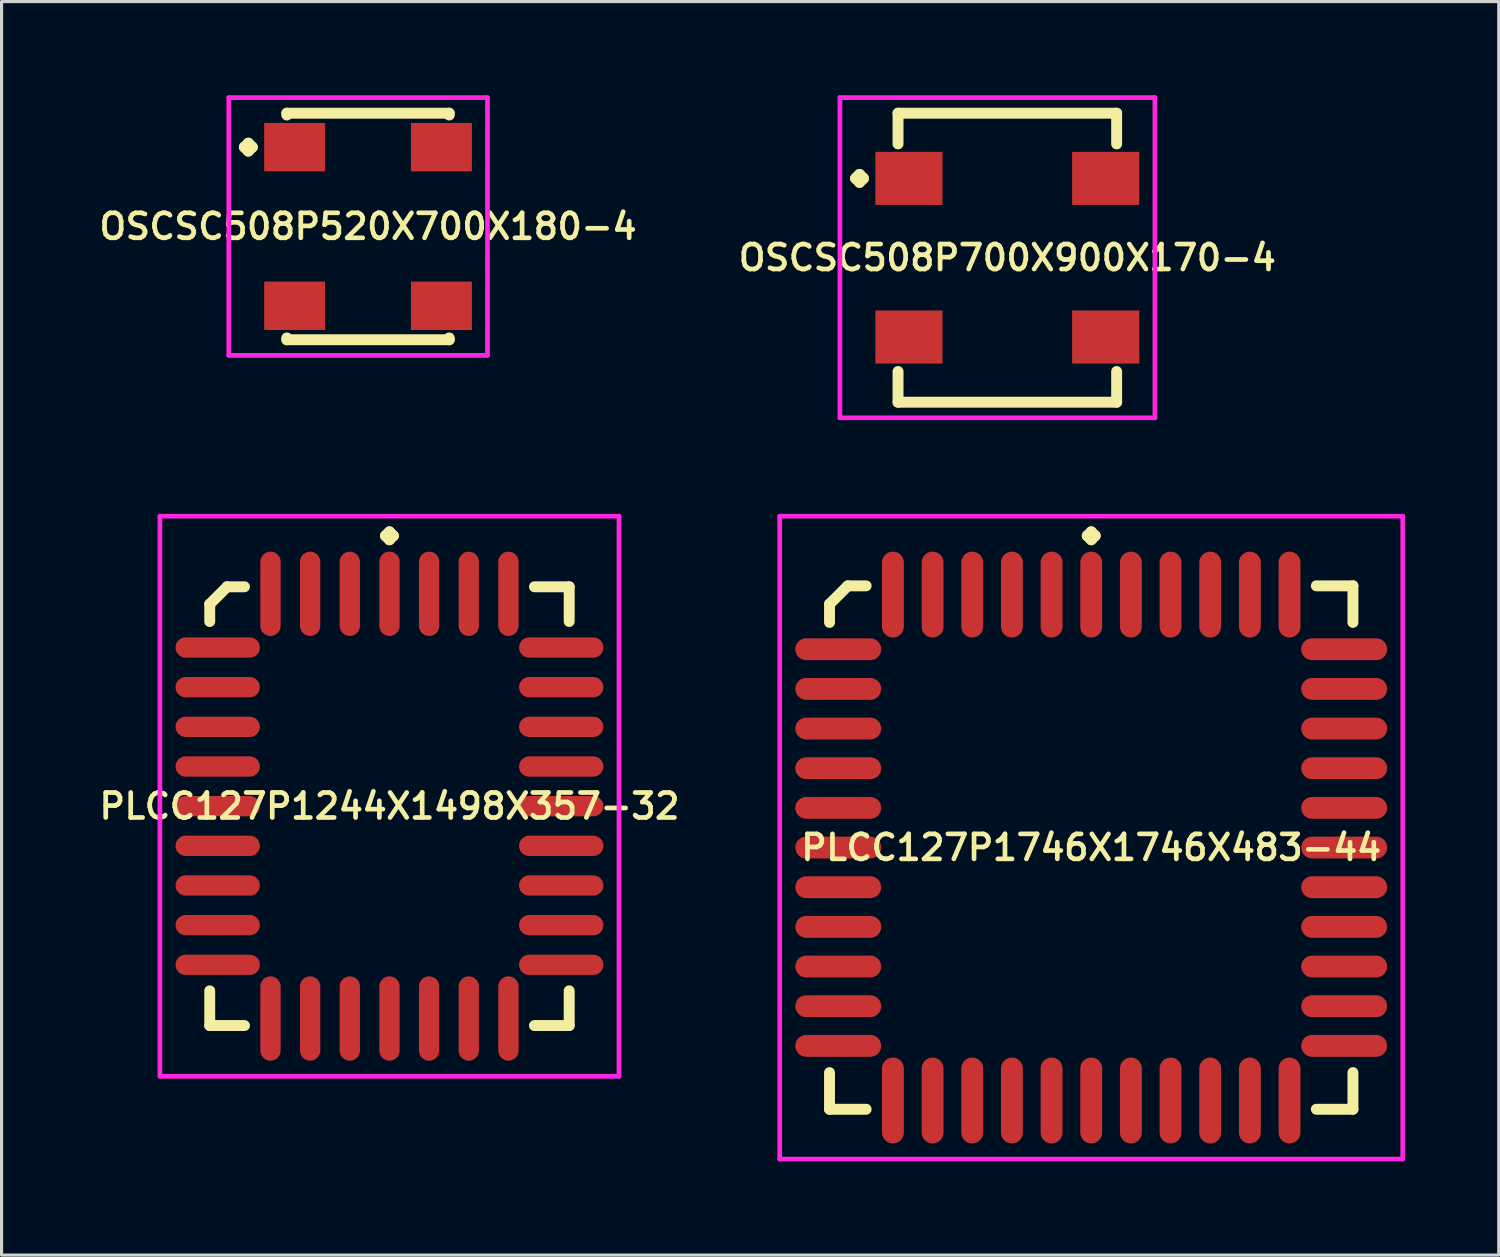
<source format=kicad_pcb>
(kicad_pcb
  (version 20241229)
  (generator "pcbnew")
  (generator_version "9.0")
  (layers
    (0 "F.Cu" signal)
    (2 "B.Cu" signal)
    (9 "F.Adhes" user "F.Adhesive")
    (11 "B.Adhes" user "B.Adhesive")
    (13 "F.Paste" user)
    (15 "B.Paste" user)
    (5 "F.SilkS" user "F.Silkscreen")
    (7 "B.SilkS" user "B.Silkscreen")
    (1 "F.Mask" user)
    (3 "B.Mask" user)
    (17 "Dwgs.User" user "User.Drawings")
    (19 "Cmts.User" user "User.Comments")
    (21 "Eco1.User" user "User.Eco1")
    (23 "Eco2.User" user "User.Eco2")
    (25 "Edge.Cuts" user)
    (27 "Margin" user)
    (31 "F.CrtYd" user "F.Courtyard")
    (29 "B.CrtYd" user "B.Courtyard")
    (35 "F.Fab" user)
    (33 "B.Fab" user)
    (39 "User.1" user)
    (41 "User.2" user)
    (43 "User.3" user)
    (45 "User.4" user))
  (footprint "PLCC127P1746X1746X483-44"
    (layer "F.Cu")
    (at 31.892 24.089)
    (property "Reference" "PLCC127P1746X1746X483-44" (at 0 0 0) (layer "F.SilkS") (effects (font (size 0.8 0.8) (thickness 0.15))))
    (attr smd)
    (fp_line (start -8.38 -7.794) (end -7.794 -8.38) (stroke (width 0.35) (type solid)) (layer "F.SilkS"))
    (fp_line (start -8.38 -7.208) (end -8.38 -7.794) (stroke (width 0.35) (type solid)) (layer "F.SilkS"))
    (fp_line (start -8.38 7.208) (end -8.38 8.38) (stroke (width 0.35) (type solid)) (layer "F.SilkS"))
    (fp_line (start -8.38 8.38) (end -7.208 8.38) (stroke (width 0.35) (type solid)) (layer "F.SilkS"))
    (fp_line (start -7.794 -8.38) (end -7.208 -8.38) (stroke (width 0.35) (type solid)) (layer "F.SilkS"))
    (fp_line (start -0.127 -9.983) (end 0 -10.11) (stroke (width 0.35) (type solid)) (layer "F.SilkS"))
    (fp_line (start 0 -10.11) (end 0.127 -9.983) (stroke (width 0.35) (type solid)) (layer "F.SilkS"))
    (fp_line (start 0 -9.856) (end -0.127 -9.983) (stroke (width 0.35) (type solid)) (layer "F.SilkS"))
    (fp_line (start 0.127 -9.983) (end 0 -9.856) (stroke (width 0.35) (type solid)) (layer "F.SilkS"))
    (fp_line (start 8.38 -8.38) (end 7.208 -8.38) (stroke (width 0.35) (type solid)) (layer "F.SilkS"))
    (fp_line (start 8.38 -7.208) (end 8.38 -8.38) (stroke (width 0.35) (type solid)) (layer "F.SilkS"))
    (fp_line (start 8.38 7.208) (end 8.38 8.38) (stroke (width 0.35) (type solid)) (layer "F.SilkS"))
    (fp_line (start 8.38 8.38) (end 7.208 8.38) (stroke (width 0.35) (type solid)) (layer "F.SilkS"))
    (fp_line (start -9.975 -10.61) (end 9.975 -10.61) (stroke (width 0.15) (type solid)) (layer "F.CrtYd"))
    (fp_line (start -9.975 9.975) (end -9.975 -10.61) (stroke (width 0.15) (type solid)) (layer "F.CrtYd"))
    (fp_line (start 9.975 -10.61) (end 9.975 9.975) (stroke (width 0.15) (type solid)) (layer "F.CrtYd"))
    (fp_line (start 9.975 9.975) (end -9.975 9.975) (stroke (width 0.15) (type solid)) (layer "F.CrtYd"))
    (pad "1" smd oval (at 0 -8.1) (size 0.7 2.75) (layers "F.Cu" "F.Mask" "F.Paste"))
    (pad "2" smd oval (at -1.27 -8.1) (size 0.7 2.75) (layers "F.Cu" "F.Mask" "F.Paste"))
    (pad "3" smd oval (at -2.54 -8.1) (size 0.7 2.75) (layers "F.Cu" "F.Mask" "F.Paste"))
    (pad "4" smd oval (at -3.81 -8.1) (size 0.7 2.75) (layers "F.Cu" "F.Mask" "F.Paste"))
    (pad "5" smd oval (at -5.08 -8.1) (size 0.7 2.75) (layers "F.Cu" "F.Mask" "F.Paste"))
    (pad "6" smd oval (at -6.35 -8.1) (size 0.7 2.75) (layers "F.Cu" "F.Mask" "F.Paste"))
    (pad "7" smd oval (at -8.1 -6.35) (size 2.75 0.7) (layers "F.Cu" "F.Mask" "F.Paste"))
    (pad "8" smd oval (at -8.1 -5.08) (size 2.75 0.7) (layers "F.Cu" "F.Mask" "F.Paste"))
    (pad "9" smd oval (at -8.1 -3.81) (size 2.75 0.7) (layers "F.Cu" "F.Mask" "F.Paste"))
    (pad "10" smd oval (at -8.1 -2.54) (size 2.75 0.7) (layers "F.Cu" "F.Mask" "F.Paste"))
    (pad "11" smd oval (at -8.1 -1.27) (size 2.75 0.7) (layers "F.Cu" "F.Mask" "F.Paste"))
    (pad "12" smd oval (at -8.1 0) (size 2.75 0.7) (layers "F.Cu" "F.Mask" "F.Paste"))
    (pad "13" smd oval (at -8.1 1.27) (size 2.75 0.7) (layers "F.Cu" "F.Mask" "F.Paste"))
    (pad "14" smd oval (at -8.1 2.54) (size 2.75 0.7) (layers "F.Cu" "F.Mask" "F.Paste"))
    (pad "15" smd oval (at -8.1 3.81) (size 2.75 0.7) (layers "F.Cu" "F.Mask" "F.Paste"))
    (pad "16" smd oval (at -8.1 5.08) (size 2.75 0.7) (layers "F.Cu" "F.Mask" "F.Paste"))
    (pad "17" smd oval (at -8.1 6.35) (size 2.75 0.7) (layers "F.Cu" "F.Mask" "F.Paste"))
    (pad "18" smd oval (at -6.35 8.1) (size 0.7 2.75) (layers "F.Cu" "F.Mask" "F.Paste"))
    (pad "19" smd oval (at -5.08 8.1) (size 0.7 2.75) (layers "F.Cu" "F.Mask" "F.Paste"))
    (pad "20" smd oval (at -3.81 8.1) (size 0.7 2.75) (layers "F.Cu" "F.Mask" "F.Paste"))
    (pad "21" smd oval (at -2.54 8.1) (size 0.7 2.75) (layers "F.Cu" "F.Mask" "F.Paste"))
    (pad "22" smd oval (at -1.27 8.1) (size 0.7 2.75) (layers "F.Cu" "F.Mask" "F.Paste"))
    (pad "23" smd oval (at 0 8.1) (size 0.7 2.75) (layers "F.Cu" "F.Mask" "F.Paste"))
    (pad "24" smd oval (at 1.27 8.1) (size 0.7 2.75) (layers "F.Cu" "F.Mask" "F.Paste"))
    (pad "25" smd oval (at 2.54 8.1) (size 0.7 2.75) (layers "F.Cu" "F.Mask" "F.Paste"))
    (pad "26" smd oval (at 3.81 8.1) (size 0.7 2.75) (layers "F.Cu" "F.Mask" "F.Paste"))
    (pad "27" smd oval (at 5.08 8.1) (size 0.7 2.75) (layers "F.Cu" "F.Mask" "F.Paste"))
    (pad "28" smd oval (at 6.35 8.1) (size 0.7 2.75) (layers "F.Cu" "F.Mask" "F.Paste"))
    (pad "29" smd oval (at 8.1 6.35) (size 2.75 0.7) (layers "F.Cu" "F.Mask" "F.Paste"))
    (pad "30" smd oval (at 8.1 5.08) (size 2.75 0.7) (layers "F.Cu" "F.Mask" "F.Paste"))
    (pad "31" smd oval (at 8.1 3.81) (size 2.75 0.7) (layers "F.Cu" "F.Mask" "F.Paste"))
    (pad "32" smd oval (at 8.1 2.54) (size 2.75 0.7) (layers "F.Cu" "F.Mask" "F.Paste"))
    (pad "33" smd oval (at 8.1 1.27) (size 2.75 0.7) (layers "F.Cu" "F.Mask" "F.Paste"))
    (pad "34" smd oval (at 8.1 0) (size 2.75 0.7) (layers "F.Cu" "F.Mask" "F.Paste"))
    (pad "35" smd oval (at 8.1 -1.27) (size 2.75 0.7) (layers "F.Cu" "F.Mask" "F.Paste"))
    (pad "36" smd oval (at 8.1 -2.54) (size 2.75 0.7) (layers "F.Cu" "F.Mask" "F.Paste"))
    (pad "37" smd oval (at 8.1 -3.81) (size 2.75 0.7) (layers "F.Cu" "F.Mask" "F.Paste"))
    (pad "38" smd oval (at 8.1 -5.08) (size 2.75 0.7) (layers "F.Cu" "F.Mask" "F.Paste"))
    (pad "39" smd oval (at 8.1 -6.35) (size 2.75 0.7) (layers "F.Cu" "F.Mask" "F.Paste"))
    (pad "40" smd oval (at 6.35 -8.1) (size 0.7 2.75) (layers "F.Cu" "F.Mask" "F.Paste"))
    (pad "41" smd oval (at 5.08 -8.1) (size 0.7 2.75) (layers "F.Cu" "F.Mask" "F.Paste"))
    (pad "42" smd oval (at 3.81 -8.1) (size 0.7 2.75) (layers "F.Cu" "F.Mask" "F.Paste"))
    (pad "43" smd oval (at 2.54 -8.1) (size 0.7 2.75) (layers "F.Cu" "F.Mask" "F.Paste"))
    (pad "44" smd oval (at 1.27 -8.1) (size 0.7 2.75) (layers "F.Cu" "F.Mask" "F.Paste")))
  (footprint "OSCSC508P520X700X180-4"
    (layer "F.Cu")
    (at 8.735 4.202)
    (property "Reference" "OSCSC508P520X700X180-4" (at 0 0 0) (layer "F.SilkS") (effects (font (size 0.8 0.8) (thickness 0.15))))
    (attr smd)
    (fp_line (start -3.96 -2.54) (end -3.833 -2.667) (stroke (width 0.35) (type solid)) (layer "F.SilkS"))
    (fp_line (start -3.833 -2.667) (end -3.706 -2.54) (stroke (width 0.35) (type solid)) (layer "F.SilkS"))
    (fp_line (start -3.833 -2.413) (end -3.96 -2.54) (stroke (width 0.35) (type solid)) (layer "F.SilkS"))
    (fp_line (start -3.706 -2.54) (end -3.833 -2.413) (stroke (width 0.35) (type solid)) (layer "F.SilkS"))
    (fp_line (start -2.6 -3.627) (end 2.6 -3.627) (stroke (width 0.35) (type solid)) (layer "F.SilkS"))
    (fp_line (start -2.6 -3.569) (end -2.6 -3.627) (stroke (width 0.35) (type solid)) (layer "F.SilkS"))
    (fp_line (start -2.6 3.569) (end -2.6 3.627) (stroke (width 0.35) (type solid)) (layer "F.SilkS"))
    (fp_line (start -2.6 3.627) (end 2.6 3.627) (stroke (width 0.35) (type solid)) (layer "F.SilkS"))
    (fp_line (start 2.6 -3.627) (end 2.6 -3.569) (stroke (width 0.35) (type solid)) (layer "F.SilkS"))
    (fp_line (start 2.6 3.627) (end 2.6 3.569) (stroke (width 0.35) (type solid)) (layer "F.SilkS"))
    (fp_line (start -4.46 -4.127) (end 3.825 -4.127) (stroke (width 0.15) (type solid)) (layer "F.CrtYd"))
    (fp_line (start -4.46 4.127) (end -4.46 -4.127) (stroke (width 0.15) (type solid)) (layer "F.CrtYd"))
    (fp_line (start 3.825 -4.127) (end 3.825 4.127) (stroke (width 0.15) (type solid)) (layer "F.CrtYd"))
    (fp_line (start 3.825 4.127) (end -4.46 4.127) (stroke (width 0.15) (type solid)) (layer "F.CrtYd"))
    (pad "1" smd rect (at -2.35 -2.54) (size 1.95 1.55) (layers "F.Cu" "F.Mask" "F.Paste"))
    (pad "2" smd rect (at -2.35 2.54) (size 1.95 1.55) (layers "F.Cu" "F.Mask" "F.Paste"))
    (pad "3" smd rect (at 2.35 2.54) (size 1.95 1.55) (layers "F.Cu" "F.Mask" "F.Paste"))
    (pad "4" smd rect (at 2.35 -2.54) (size 1.95 1.55) (layers "F.Cu" "F.Mask" "F.Paste")))
  (footprint "OSCSC508P700X900X170-4"
    (layer "F.Cu")
    (at 29.206 5.202)
    (property "Reference" "OSCSC508P700X900X170-4" (at 0 0 0) (layer "F.SilkS") (effects (font (size 0.8 0.8) (thickness 0.15))))
    (attr smd)
    (fp_line (start -4.86 -2.54) (end -4.733 -2.667) (stroke (width 0.35) (type solid)) (layer "F.SilkS"))
    (fp_line (start -4.733 -2.667) (end -4.606 -2.54) (stroke (width 0.35) (type solid)) (layer "F.SilkS"))
    (fp_line (start -4.733 -2.413) (end -4.86 -2.54) (stroke (width 0.35) (type solid)) (layer "F.SilkS"))
    (fp_line (start -4.606 -2.54) (end -4.733 -2.413) (stroke (width 0.35) (type solid)) (layer "F.SilkS"))
    (fp_line (start -3.5 -4.627) (end 3.5 -4.627) (stroke (width 0.35) (type solid)) (layer "F.SilkS"))
    (fp_line (start -3.5 -3.644) (end -3.5 -4.627) (stroke (width 0.35) (type solid)) (layer "F.SilkS"))
    (fp_line (start -3.5 3.644) (end -3.5 4.627) (stroke (width 0.35) (type solid)) (layer "F.SilkS"))
    (fp_line (start -3.5 4.627) (end 3.5 4.627) (stroke (width 0.35) (type solid)) (layer "F.SilkS"))
    (fp_line (start 3.5 -4.627) (end 3.5 -3.644) (stroke (width 0.35) (type solid)) (layer "F.SilkS"))
    (fp_line (start 3.5 4.627) (end 3.5 3.644) (stroke (width 0.35) (type solid)) (layer "F.SilkS"))
    (fp_line (start -5.36 -5.127) (end 4.725 -5.127) (stroke (width 0.15) (type solid)) (layer "F.CrtYd"))
    (fp_line (start -5.36 5.127) (end -5.36 -5.127) (stroke (width 0.15) (type solid)) (layer "F.CrtYd"))
    (fp_line (start 4.725 -5.127) (end 4.725 5.127) (stroke (width 0.15) (type solid)) (layer "F.CrtYd"))
    (fp_line (start 4.725 5.127) (end -5.36 5.127) (stroke (width 0.15) (type solid)) (layer "F.CrtYd"))
    (pad "1" smd rect (at -3.15 -2.54) (size 2.15 1.7) (layers "F.Cu" "F.Mask" "F.Paste"))
    (pad "2" smd rect (at -3.15 2.54) (size 2.15 1.7) (layers "F.Cu" "F.Mask" "F.Paste"))
    (pad "3" smd rect (at 3.15 2.54) (size 2.15 1.7) (layers "F.Cu" "F.Mask" "F.Paste"))
    (pad "4" smd rect (at 3.15 -2.54) (size 2.15 1.7) (layers "F.Cu" "F.Mask" "F.Paste")))
  (footprint "PLCC127P1244X1498X357-32"
    (layer "F.Cu")
    (at 9.421 22.764)
    (property "Reference" "PLCC127P1244X1498X357-32" (at 0 0 0) (layer "F.SilkS") (effects (font (size 0.8 0.8) (thickness 0.15))))
    (attr smd)
    (fp_line (start -5.755 -6.469) (end -5.199 -7.025) (stroke (width 0.35) (type solid)) (layer "F.SilkS"))
    (fp_line (start -5.755 -5.913) (end -5.755 -6.469) (stroke (width 0.35) (type solid)) (layer "F.SilkS"))
    (fp_line (start -5.755 5.913) (end -5.755 7.025) (stroke (width 0.35) (type solid)) (layer "F.SilkS"))
    (fp_line (start -5.755 7.025) (end -4.643 7.025) (stroke (width 0.35) (type solid)) (layer "F.SilkS"))
    (fp_line (start -5.199 -7.025) (end -4.643 -7.025) (stroke (width 0.35) (type solid)) (layer "F.SilkS"))
    (fp_line (start -0.127 -8.658) (end 0 -8.785) (stroke (width 0.35) (type solid)) (layer "F.SilkS"))
    (fp_line (start 0 -8.785) (end 0.127 -8.658) (stroke (width 0.35) (type solid)) (layer "F.SilkS"))
    (fp_line (start 0 -8.531) (end -0.127 -8.658) (stroke (width 0.35) (type solid)) (layer "F.SilkS"))
    (fp_line (start 0.127 -8.658) (end 0 -8.531) (stroke (width 0.35) (type solid)) (layer "F.SilkS"))
    (fp_line (start 5.755 -7.025) (end 4.643 -7.025) (stroke (width 0.35) (type solid)) (layer "F.SilkS"))
    (fp_line (start 5.755 -5.913) (end 5.755 -7.025) (stroke (width 0.35) (type solid)) (layer "F.SilkS"))
    (fp_line (start 5.755 5.913) (end 5.755 7.025) (stroke (width 0.35) (type solid)) (layer "F.SilkS"))
    (fp_line (start 5.755 7.025) (end 4.643 7.025) (stroke (width 0.35) (type solid)) (layer "F.SilkS"))
    (fp_line (start -7.35 -9.285) (end 7.35 -9.285) (stroke (width 0.15) (type solid)) (layer "F.CrtYd"))
    (fp_line (start -7.35 8.65) (end -7.35 -9.285) (stroke (width 0.15) (type solid)) (layer "F.CrtYd"))
    (fp_line (start 7.35 -9.285) (end 7.35 8.65) (stroke (width 0.15) (type solid)) (layer "F.CrtYd"))
    (fp_line (start 7.35 8.65) (end -7.35 8.65) (stroke (width 0.15) (type solid)) (layer "F.CrtYd"))
    (pad "1" smd oval (at 0 -6.8) (size 0.65 2.7) (layers "F.Cu" "F.Mask" "F.Paste"))
    (pad "2" smd oval (at -1.27 -6.8) (size 0.65 2.7) (layers "F.Cu" "F.Mask" "F.Paste"))
    (pad "3" smd oval (at -2.54 -6.8) (size 0.65 2.7) (layers "F.Cu" "F.Mask" "F.Paste"))
    (pad "4" smd oval (at -3.81 -6.8) (size 0.65 2.7) (layers "F.Cu" "F.Mask" "F.Paste"))
    (pad "5" smd oval (at -5.5 -5.08) (size 2.7 0.65) (layers "F.Cu" "F.Mask" "F.Paste"))
    (pad "6" smd oval (at -5.5 -3.81) (size 2.7 0.65) (layers "F.Cu" "F.Mask" "F.Paste"))
    (pad "7" smd oval (at -5.5 -2.54) (size 2.7 0.65) (layers "F.Cu" "F.Mask" "F.Paste"))
    (pad "8" smd oval (at -5.5 -1.27) (size 2.7 0.65) (layers "F.Cu" "F.Mask" "F.Paste"))
    (pad "9" smd oval (at -5.5 0) (size 2.7 0.65) (layers "F.Cu" "F.Mask" "F.Paste"))
    (pad "10" smd oval (at -5.5 1.27) (size 2.7 0.65) (layers "F.Cu" "F.Mask" "F.Paste"))
    (pad "11" smd oval (at -5.5 2.54) (size 2.7 0.65) (layers "F.Cu" "F.Mask" "F.Paste"))
    (pad "12" smd oval (at -5.5 3.81) (size 2.7 0.65) (layers "F.Cu" "F.Mask" "F.Paste"))
    (pad "13" smd oval (at -5.5 5.08) (size 2.7 0.65) (layers "F.Cu" "F.Mask" "F.Paste"))
    (pad "14" smd oval (at -3.81 6.8) (size 0.65 2.7) (layers "F.Cu" "F.Mask" "F.Paste"))
    (pad "15" smd oval (at -2.54 6.8) (size 0.65 2.7) (layers "F.Cu" "F.Mask" "F.Paste"))
    (pad "16" smd oval (at -1.27 6.8) (size 0.65 2.7) (layers "F.Cu" "F.Mask" "F.Paste"))
    (pad "17" smd oval (at 0 6.8) (size 0.65 2.7) (layers "F.Cu" "F.Mask" "F.Paste"))
    (pad "18" smd oval (at 1.27 6.8) (size 0.65 2.7) (layers "F.Cu" "F.Mask" "F.Paste"))
    (pad "19" smd oval (at 2.54 6.8) (size 0.65 2.7) (layers "F.Cu" "F.Mask" "F.Paste"))
    (pad "20" smd oval (at 3.81 6.8) (size 0.65 2.7) (layers "F.Cu" "F.Mask" "F.Paste"))
    (pad "21" smd oval (at 5.5 5.08) (size 2.7 0.65) (layers "F.Cu" "F.Mask" "F.Paste"))
    (pad "22" smd oval (at 5.5 3.81) (size 2.7 0.65) (layers "F.Cu" "F.Mask" "F.Paste"))
    (pad "23" smd oval (at 5.5 2.54) (size 2.7 0.65) (layers "F.Cu" "F.Mask" "F.Paste"))
    (pad "24" smd oval (at 5.5 1.27) (size 2.7 0.65) (layers "F.Cu" "F.Mask" "F.Paste"))
    (pad "25" smd oval (at 5.5 0) (size 2.7 0.65) (layers "F.Cu" "F.Mask" "F.Paste"))
    (pad "26" smd oval (at 5.5 -1.27) (size 2.7 0.65) (layers "F.Cu" "F.Mask" "F.Paste"))
    (pad "27" smd oval (at 5.5 -2.54) (size 2.7 0.65) (layers "F.Cu" "F.Mask" "F.Paste"))
    (pad "28" smd oval (at 5.5 -3.81) (size 2.7 0.65) (layers "F.Cu" "F.Mask" "F.Paste"))
    (pad "29" smd oval (at 5.5 -5.08) (size 2.7 0.65) (layers "F.Cu" "F.Mask" "F.Paste"))
    (pad "30" smd oval (at 3.81 -6.8) (size 0.65 2.7) (layers "F.Cu" "F.Mask" "F.Paste"))
    (pad "31" smd oval (at 2.54 -6.8) (size 0.65 2.7) (layers "F.Cu" "F.Mask" "F.Paste"))
    (pad "32" smd oval (at 1.27 -6.8) (size 0.65 2.7) (layers "F.Cu" "F.Mask" "F.Paste")))
  (gr_rect
    (start -3 -3)
    (end 44.942 37.139)
    (stroke (width 0.1) (type default))
    (fill no)
    (layer "Edge.Cuts")))
</source>
